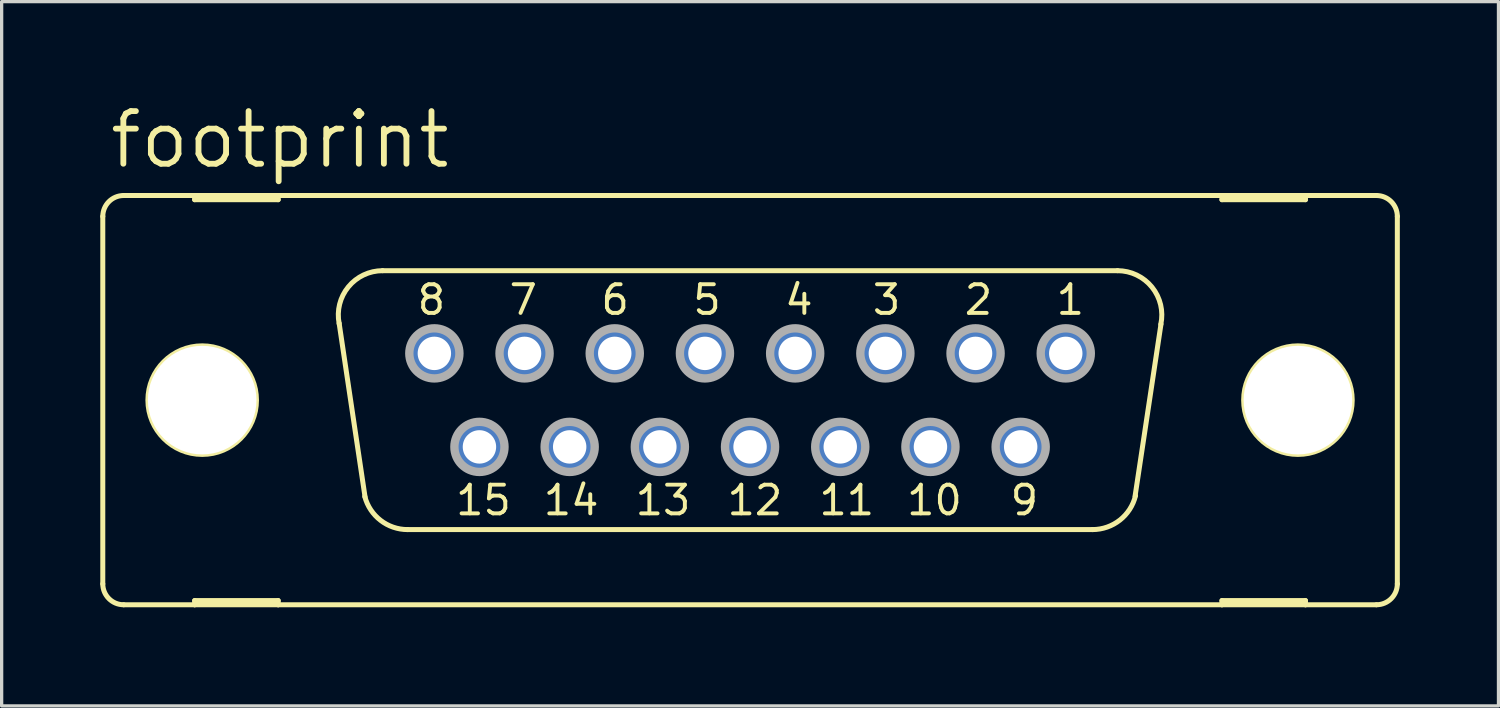
<source format=kicad_pcb>
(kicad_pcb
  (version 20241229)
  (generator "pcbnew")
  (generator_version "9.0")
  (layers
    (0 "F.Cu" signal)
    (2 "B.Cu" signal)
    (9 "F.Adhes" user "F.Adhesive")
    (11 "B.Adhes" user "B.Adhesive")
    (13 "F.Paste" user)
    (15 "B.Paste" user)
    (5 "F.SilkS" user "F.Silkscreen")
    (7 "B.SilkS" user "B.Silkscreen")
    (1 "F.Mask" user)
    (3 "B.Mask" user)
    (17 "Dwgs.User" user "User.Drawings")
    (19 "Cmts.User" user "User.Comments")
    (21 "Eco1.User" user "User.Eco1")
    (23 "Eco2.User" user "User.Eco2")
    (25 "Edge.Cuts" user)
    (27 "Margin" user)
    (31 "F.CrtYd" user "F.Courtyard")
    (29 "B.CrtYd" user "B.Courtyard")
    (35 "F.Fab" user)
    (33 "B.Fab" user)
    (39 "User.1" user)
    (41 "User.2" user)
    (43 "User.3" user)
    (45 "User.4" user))
  (footprint "footprint"
    (layer "F.Cu")
    (at 19.761 9.119)
    (property "Reference" "footprint" (at -19.558 -6.985 0) (layer "F.SilkS") (effects (font (size 1.6 1.6) (thickness 0.178)) (justify left bottom)))
    (fp_line (start -19.685 -5.588) (end -19.685 5.588) (stroke (width 0.152) (type solid)) (layer "F.SilkS"))
    (fp_line (start -19.05 6.223) (end -16.891 6.223) (stroke (width 0.152) (type solid)) (layer "F.SilkS"))
    (fp_line (start -16.891 -6.223) (end -19.05 -6.223) (stroke (width 0.152) (type solid)) (layer "F.SilkS"))
    (fp_line (start -16.891 -6.223) (end -16.891 -6.096) (stroke (width 0.152) (type solid)) (layer "F.SilkS"))
    (fp_line (start -16.891 -6.096) (end -14.351 -6.096) (stroke (width 0.152) (type solid)) (layer "F.SilkS"))
    (fp_line (start -16.891 6.096) (end -14.351 6.096) (stroke (width 0.152) (type solid)) (layer "F.SilkS"))
    (fp_line (start -16.891 6.223) (end -16.891 6.096) (stroke (width 0.152) (type solid)) (layer "F.SilkS"))
    (fp_line (start -16.891 6.223) (end -14.351 6.223) (stroke (width 0.152) (type solid)) (layer "F.SilkS"))
    (fp_line (start -14.351 -6.223) (end -16.891 -6.223) (stroke (width 0.152) (type solid)) (layer "F.SilkS"))
    (fp_line (start -14.351 -6.096) (end -14.351 -6.223) (stroke (width 0.152) (type solid)) (layer "F.SilkS"))
    (fp_line (start -14.351 6.096) (end -14.351 6.223) (stroke (width 0.152) (type solid)) (layer "F.SilkS"))
    (fp_line (start -14.351 6.223) (end 14.351 6.223) (stroke (width 0.152) (type solid)) (layer "F.SilkS"))
    (fp_line (start -11.709 2.946) (end -12.497 -2.337) (stroke (width 0.152) (type solid)) (layer "F.SilkS"))
    (fp_line (start -11.176 -3.937) (end 11.176 -3.937) (stroke (width 0.152) (type solid)) (layer "F.SilkS"))
    (fp_line (start -10.414 3.937) (end 10.414 3.937) (stroke (width 0.152) (type solid)) (layer "F.SilkS"))
    (fp_line (start 12.497 -2.311) (end 11.709 2.921) (stroke (width 0.152) (type solid)) (layer "F.SilkS"))
    (fp_line (start 14.351 -6.223) (end -14.351 -6.223) (stroke (width 0.152) (type solid)) (layer "F.SilkS"))
    (fp_line (start 14.351 -6.223) (end 14.351 -6.096) (stroke (width 0.152) (type solid)) (layer "F.SilkS"))
    (fp_line (start 14.351 -6.096) (end 16.891 -6.096) (stroke (width 0.152) (type solid)) (layer "F.SilkS"))
    (fp_line (start 14.351 6.096) (end 16.891 6.096) (stroke (width 0.152) (type solid)) (layer "F.SilkS"))
    (fp_line (start 14.351 6.223) (end 14.351 6.096) (stroke (width 0.152) (type solid)) (layer "F.SilkS"))
    (fp_line (start 14.351 6.223) (end 16.891 6.223) (stroke (width 0.152) (type solid)) (layer "F.SilkS"))
    (fp_line (start 16.891 -6.223) (end 14.351 -6.223) (stroke (width 0.152) (type solid)) (layer "F.SilkS"))
    (fp_line (start 16.891 -6.096) (end 16.891 -6.223) (stroke (width 0.152) (type solid)) (layer "F.SilkS"))
    (fp_line (start 16.891 6.096) (end 16.891 6.223) (stroke (width 0.152) (type solid)) (layer "F.SilkS"))
    (fp_line (start 16.891 6.223) (end 19.05 6.223) (stroke (width 0.152) (type solid)) (layer "F.SilkS"))
    (fp_line (start 19.05 -6.223) (end 16.891 -6.223) (stroke (width 0.152) (type solid)) (layer "F.SilkS"))
    (fp_line (start 19.685 -5.588) (end 19.685 5.588) (stroke (width 0.152) (type solid)) (layer "F.SilkS"))
    (fp_arc (start -19.685 -5.588) (mid -19.499013 -6.037013) (end -19.05 -6.223) (stroke (width 0.1524) (type solid)) (layer "F.SilkS"))
    (fp_arc (start -19.05 6.223) (mid -19.499013 6.037013) (end -19.685 5.588) (stroke (width 0.1524) (type solid)) (layer "F.SilkS"))
    (fp_arc (start -12.4961 -2.3268) (mid -12.217082 -3.444284) (end -11.176 -3.937) (stroke (width 0.1524) (type solid)) (layer "F.SilkS"))
    (fp_arc (start -10.414 3.937) (mid -11.2375 3.655745) (end -11.7169 2.9295) (stroke (width 0.1524) (type solid)) (layer "F.SilkS"))
    (fp_arc (start 11.176 -3.937) (mid 12.224557 -3.435183) (end 12.491499 -2.303798) (stroke (width 0.1524) (type solid)) (layer "F.SilkS"))
    (fp_arc (start 11.722701 2.904999) (mid 11.247257 3.647874) (end 10.414 3.937) (stroke (width 0.1524) (type solid)) (layer "F.SilkS"))
    (fp_arc (start 19.05 -6.223) (mid 19.499013 -6.037013) (end 19.685 -5.588) (stroke (width 0.1524) (type solid)) (layer "F.SilkS"))
    (fp_arc (start 19.685 5.588) (mid 19.499013 6.037013) (end 19.05 6.223) (stroke (width 0.1524) (type solid)) (layer "F.SilkS"))
    (fp_circle (center -16.662 0) (end -15.011 0) (stroke (width 0.152) (type solid)) (fill no) (layer "F.SilkS"))
    (fp_circle (center 16.662 0) (end 18.313 0) (stroke (width 0.152) (type solid)) (fill no) (layer "F.SilkS"))
    (fp_circle (center -9.601 -1.422) (end -8.839 -1.422) (stroke (width 0.254) (type solid)) (fill no) (layer "F.Fab"))
    (fp_circle (center -8.23 1.422) (end -7.468 1.422) (stroke (width 0.254) (type solid)) (fill no) (layer "F.Fab"))
    (fp_circle (center -6.858 -1.422) (end -6.096 -1.422) (stroke (width 0.254) (type solid)) (fill no) (layer "F.Fab"))
    (fp_circle (center -5.486 1.422) (end -4.724 1.422) (stroke (width 0.254) (type solid)) (fill no) (layer "F.Fab"))
    (fp_circle (center -4.115 -1.422) (end -3.353 -1.422) (stroke (width 0.254) (type solid)) (fill no) (layer "F.Fab"))
    (fp_circle (center -2.743 1.422) (end -1.981 1.422) (stroke (width 0.254) (type solid)) (fill no) (layer "F.Fab"))
    (fp_circle (center -1.372 -1.422) (end -0.61 -1.422) (stroke (width 0.254) (type solid)) (fill no) (layer "F.Fab"))
    (fp_circle (center 0 1.422) (end 0.762 1.422) (stroke (width 0.254) (type solid)) (fill no) (layer "F.Fab"))
    (fp_circle (center 1.372 -1.422) (end 2.134 -1.422) (stroke (width 0.254) (type solid)) (fill no) (layer "F.Fab"))
    (fp_circle (center 2.743 1.422) (end 3.505 1.422) (stroke (width 0.254) (type solid)) (fill no) (layer "F.Fab"))
    (fp_circle (center 4.115 -1.422) (end 4.877 -1.422) (stroke (width 0.254) (type solid)) (fill no) (layer "F.Fab"))
    (fp_circle (center 5.486 1.422) (end 6.248 1.422) (stroke (width 0.254) (type solid)) (fill no) (layer "F.Fab"))
    (fp_circle (center 6.858 -1.422) (end 7.62 -1.422) (stroke (width 0.254) (type solid)) (fill no) (layer "F.Fab"))
    (fp_circle (center 8.23 1.422) (end 8.992 1.422) (stroke (width 0.254) (type solid)) (fill no) (layer "F.Fab"))
    (fp_circle (center 9.601 -1.422) (end 10.363 -1.422) (stroke (width 0.254) (type solid)) (fill no) (layer "F.Fab"))
    (fp_text user "4" (at 0.991 -2.54 0) (layer "F.SilkS") (effects (font (size 0.872 0.872) (thickness 0.119)) (justify left bottom)))
    (fp_text user "13" (at -3.556 3.556 0) (layer "F.SilkS") (effects (font (size 0.872 0.872) (thickness 0.119)) (justify left bottom)))
    (fp_text user "12" (at -0.762 3.556 0) (layer "F.SilkS") (effects (font (size 0.872 0.872) (thickness 0.119)) (justify left bottom)))
    (fp_text user "15" (at -9.017 3.556 0) (layer "F.SilkS") (effects (font (size 0.872 0.872) (thickness 0.119)) (justify left bottom)))
    (fp_text user "11" (at 2.032 3.556 0) (layer "F.SilkS") (effects (font (size 0.872 0.872) (thickness 0.119)) (justify left bottom)))
    (fp_text user "9" (at 7.849 3.556 0) (layer "F.SilkS") (effects (font (size 0.872 0.872) (thickness 0.119)) (justify left bottom)))
    (fp_text user "6" (at -4.597 -2.54 0) (layer "F.SilkS") (effects (font (size 0.872 0.872) (thickness 0.119)) (justify left bottom)))
    (fp_text user "1" (at 9.246 -2.54 0) (layer "F.SilkS") (effects (font (size 0.872 0.872) (thickness 0.119)) (justify left bottom)))
    (fp_text user "3" (at 3.658 -2.54 0) (layer "F.SilkS") (effects (font (size 0.872 0.872) (thickness 0.119)) (justify left bottom)))
    (fp_text user "10" (at 4.699 3.556 0) (layer "F.SilkS") (effects (font (size 0.872 0.872) (thickness 0.119)) (justify left bottom)))
    (fp_text user "14" (at -6.35 3.556 0) (layer "F.SilkS") (effects (font (size 0.872 0.872) (thickness 0.119)) (justify left bottom)))
    (fp_text user "2" (at 6.452 -2.54 0) (layer "F.SilkS") (effects (font (size 0.872 0.872) (thickness 0.119)) (justify left bottom)))
    (fp_text user "8" (at -10.185 -2.54 0) (layer "F.SilkS") (effects (font (size 0.872 0.872) (thickness 0.119)) (justify left bottom)))
    (fp_text user "5" (at -1.803 -2.54 0) (layer "F.SilkS") (effects (font (size 0.872 0.872) (thickness 0.119)) (justify left bottom)))
    (fp_text user "7" (at -7.391 -2.54 0) (layer "F.SilkS") (effects (font (size 0.872 0.872) (thickness 0.119)) (justify left bottom)))
    (pad "" np_thru_hole circle (at -16.662 0) (size 3.302 3.302) (drill 3.302) (layers "*.Cu" "*.Mask"))
    (pad "" np_thru_hole circle (at 16.662 0) (size 3.302 3.302) (drill 3.302) (layers "*.Cu" "*.Mask"))
    (pad "1" thru_hole roundrect (at 9.601 -1.422) (size 1.524 1.524) (drill 1.016) (layers "*.Cu" "*.Mask") (roundrect_rratio 0.25) (chamfer_ratio 0.25) (chamfer top_left top_right bottom_left bottom_right))
    (pad "2" thru_hole roundrect (at 6.858 -1.422) (size 1.524 1.524) (drill 1.016) (layers "*.Cu" "*.Mask") (roundrect_rratio 0.25) (chamfer_ratio 0.25) (chamfer top_left top_right bottom_left bottom_right))
    (pad "3" thru_hole roundrect (at 4.115 -1.422) (size 1.524 1.524) (drill 1.016) (layers "*.Cu" "*.Mask") (roundrect_rratio 0.25) (chamfer_ratio 0.25) (chamfer top_left top_right bottom_left bottom_right))
    (pad "4" thru_hole roundrect (at 1.372 -1.422) (size 1.524 1.524) (drill 1.016) (layers "*.Cu" "*.Mask") (roundrect_rratio 0.25) (chamfer_ratio 0.25) (chamfer top_left top_right bottom_left bottom_right))
    (pad "5" thru_hole roundrect (at -1.372 -1.422) (size 1.524 1.524) (drill 1.016) (layers "*.Cu" "*.Mask") (roundrect_rratio 0.25) (chamfer_ratio 0.25) (chamfer top_left top_right bottom_left bottom_right))
    (pad "6" thru_hole roundrect (at -4.115 -1.422) (size 1.524 1.524) (drill 1.016) (layers "*.Cu" "*.Mask") (roundrect_rratio 0.25) (chamfer_ratio 0.25) (chamfer top_left top_right bottom_left bottom_right))
    (pad "7" thru_hole roundrect (at -6.858 -1.422) (size 1.524 1.524) (drill 1.016) (layers "*.Cu" "*.Mask") (roundrect_rratio 0.25) (chamfer_ratio 0.25) (chamfer top_left top_right bottom_left bottom_right))
    (pad "8" thru_hole roundrect (at -9.601 -1.422) (size 1.524 1.524) (drill 1.016) (layers "*.Cu" "*.Mask") (roundrect_rratio 0.25) (chamfer_ratio 0.25) (chamfer top_left top_right bottom_left bottom_right))
    (pad "9" thru_hole roundrect (at 8.23 1.422) (size 1.524 1.524) (drill 1.016) (layers "*.Cu" "*.Mask") (roundrect_rratio 0.25) (chamfer_ratio 0.25) (chamfer top_left top_right bottom_left bottom_right))
    (pad "10" thru_hole roundrect (at 5.486 1.422) (size 1.524 1.524) (drill 1.016) (layers "*.Cu" "*.Mask") (roundrect_rratio 0.25) (chamfer_ratio 0.25) (chamfer top_left top_right bottom_left bottom_right))
    (pad "11" thru_hole roundrect (at 2.743 1.422) (size 1.524 1.524) (drill 1.016) (layers "*.Cu" "*.Mask") (roundrect_rratio 0.25) (chamfer_ratio 0.25) (chamfer top_left top_right bottom_left bottom_right))
    (pad "12" thru_hole roundrect (at 0 1.422) (size 1.524 1.524) (drill 1.016) (layers "*.Cu" "*.Mask") (roundrect_rratio 0.25) (chamfer_ratio 0.25) (chamfer top_left top_right bottom_left bottom_right))
    (pad "13" thru_hole roundrect (at -2.743 1.422) (size 1.524 1.524) (drill 1.016) (layers "*.Cu" "*.Mask") (roundrect_rratio 0.25) (chamfer_ratio 0.25) (chamfer top_left top_right bottom_left bottom_right))
    (pad "14" thru_hole roundrect (at -5.486 1.422) (size 1.524 1.524) (drill 1.016) (layers "*.Cu" "*.Mask") (roundrect_rratio 0.25) (chamfer_ratio 0.25) (chamfer top_left top_right bottom_left bottom_right))
    (pad "15" thru_hole roundrect (at -8.23 1.422) (size 1.524 1.524) (drill 1.016) (layers "*.Cu" "*.Mask") (roundrect_rratio 0.25) (chamfer_ratio 0.25) (chamfer top_left top_right bottom_left bottom_right))
    (zone (net_name "") (layers "F.Cu" "B.Cu") (hatch edge 0.508) (connect_pads) (min_thickness 0.254) (filled_areas_thickness no) (keepout (tracks allowed) (vias not_allowed) (pads allowed) (copperpour allowed) (footprints allowed)) (placement (enabled no)) (fill) (polygon (pts (xy 5.766 9.119) (xy 5.725 8.655) (xy 5.605 8.206) (xy 5.408 7.785) (xy 5.142 7.404) (xy 4.813 7.076) (xy 4.432 6.809) (xy 4.011 6.612) (xy 3.562 6.492) (xy 3.099 6.452) (xy 2.636 6.492) (xy 2.187 6.612) (xy 1.765 6.809) (xy 1.384 7.076) (xy 1.056 7.404) (xy 0.789 7.785) (xy 0.593 8.206) (xy 0.472 8.655) (xy 0.432 9.119) (xy 0.472 9.582) (xy 0.593 10.031) (xy 0.789 10.452) (xy 1.056 10.833) (xy 1.384 11.162) (xy 1.765 11.428) (xy 2.187 11.625) (xy 2.636 11.745) (xy 3.099 11.786) (xy 3.562 11.745) (xy 4.011 11.625) (xy 4.432 11.428) (xy 4.813 11.162) (xy 5.142 10.833) (xy 5.408 10.452) (xy 5.605 10.031) (xy 5.725 9.582))))
    (zone (net_name "") (layers "F.Cu" "B.Cu") (hatch edge 0.508) (connect_pads) (min_thickness 0.254) (filled_areas_thickness no) (keepout (tracks allowed) (vias not_allowed) (pads allowed) (copperpour allowed) (footprints allowed)) (placement (enabled no)) (fill) (polygon (pts (xy 39.091 9.119) (xy 39.05 8.655) (xy 38.93 8.206) (xy 38.733 7.785) (xy 38.467 7.404) (xy 38.138 7.076) (xy 37.757 6.809) (xy 37.336 6.612) (xy 36.887 6.492) (xy 36.424 6.452) (xy 35.96 6.492) (xy 35.511 6.612) (xy 35.09 6.809) (xy 34.709 7.076) (xy 34.381 7.404) (xy 34.114 7.785) (xy 33.917 8.206) (xy 33.797 8.655) (xy 33.757 9.119) (xy 33.797 9.582) (xy 33.917 10.031) (xy 34.114 10.452) (xy 34.381 10.833) (xy 34.709 11.162) (xy 35.09 11.428) (xy 35.511 11.625) (xy 35.96 11.745) (xy 36.424 11.786) (xy 36.887 11.745) (xy 37.336 11.625) (xy 37.757 11.428) (xy 38.138 11.162) (xy 38.467 10.833) (xy 38.733 10.452) (xy 38.93 10.031) (xy 39.05 9.582))))
    (zone (net_name "") (layer "B.Cu") (hatch edge 0.508) (connect_pads) (min_thickness 0.254) (filled_areas_thickness no) (keepout (tracks not_allowed) (vias not_allowed) (pads not_allowed) (copperpour not_allowed) (footprints allowed)) (placement (enabled no)) (fill) (polygon (pts (xy 5.766 9.119) (xy 5.725 8.655) (xy 5.605 8.206) (xy 5.408 7.785) (xy 5.142 7.404) (xy 4.813 7.076) (xy 4.432 6.809) (xy 4.011 6.612) (xy 3.562 6.492) (xy 3.099 6.452) (xy 2.636 6.492) (xy 2.187 6.612) (xy 1.765 6.809) (xy 1.384 7.076) (xy 1.056 7.404) (xy 0.789 7.785) (xy 0.593 8.206) (xy 0.472 8.655) (xy 0.432 9.119) (xy 0.472 9.582) (xy 0.593 10.031) (xy 0.789 10.452) (xy 1.056 10.833) (xy 1.384 11.162) (xy 1.765 11.428) (xy 2.187 11.625) (xy 2.636 11.745) (xy 3.099 11.786) (xy 3.562 11.745) (xy 4.011 11.625) (xy 4.432 11.428) (xy 4.813 11.162) (xy 5.142 10.833) (xy 5.408 10.452) (xy 5.605 10.031) (xy 5.725 9.582))))
    (zone (net_name "") (layer "B.Cu") (hatch edge 0.508) (connect_pads) (min_thickness 0.254) (filled_areas_thickness no) (keepout (tracks not_allowed) (vias not_allowed) (pads not_allowed) (copperpour not_allowed) (footprints allowed)) (placement (enabled no)) (fill) (polygon (pts (xy 39.091 9.119) (xy 39.05 8.655) (xy 38.93 8.206) (xy 38.733 7.785) (xy 38.467 7.404) (xy 38.138 7.076) (xy 37.757 6.809) (xy 37.336 6.612) (xy 36.887 6.492) (xy 36.424 6.452) (xy 35.96 6.492) (xy 35.511 6.612) (xy 35.09 6.809) (xy 34.709 7.076) (xy 34.381 7.404) (xy 34.114 7.785) (xy 33.917 8.206) (xy 33.797 8.655) (xy 33.757 9.119) (xy 33.797 9.582) (xy 33.917 10.031) (xy 34.114 10.452) (xy 34.381 10.833) (xy 34.709 11.162) (xy 35.09 11.428) (xy 35.511 11.625) (xy 35.96 11.745) (xy 36.424 11.786) (xy 36.887 11.745) (xy 37.336 11.625) (xy 37.757 11.428) (xy 38.138 11.162) (xy 38.467 10.833) (xy 38.733 10.452) (xy 38.93 10.031) (xy 39.05 9.582)))))
  (gr_rect
    (start -3 -3)
    (end 42.522 18.418)
    (stroke (width 0.1) (type default))
    (fill no)
    (layer "Edge.Cuts")))
</source>
